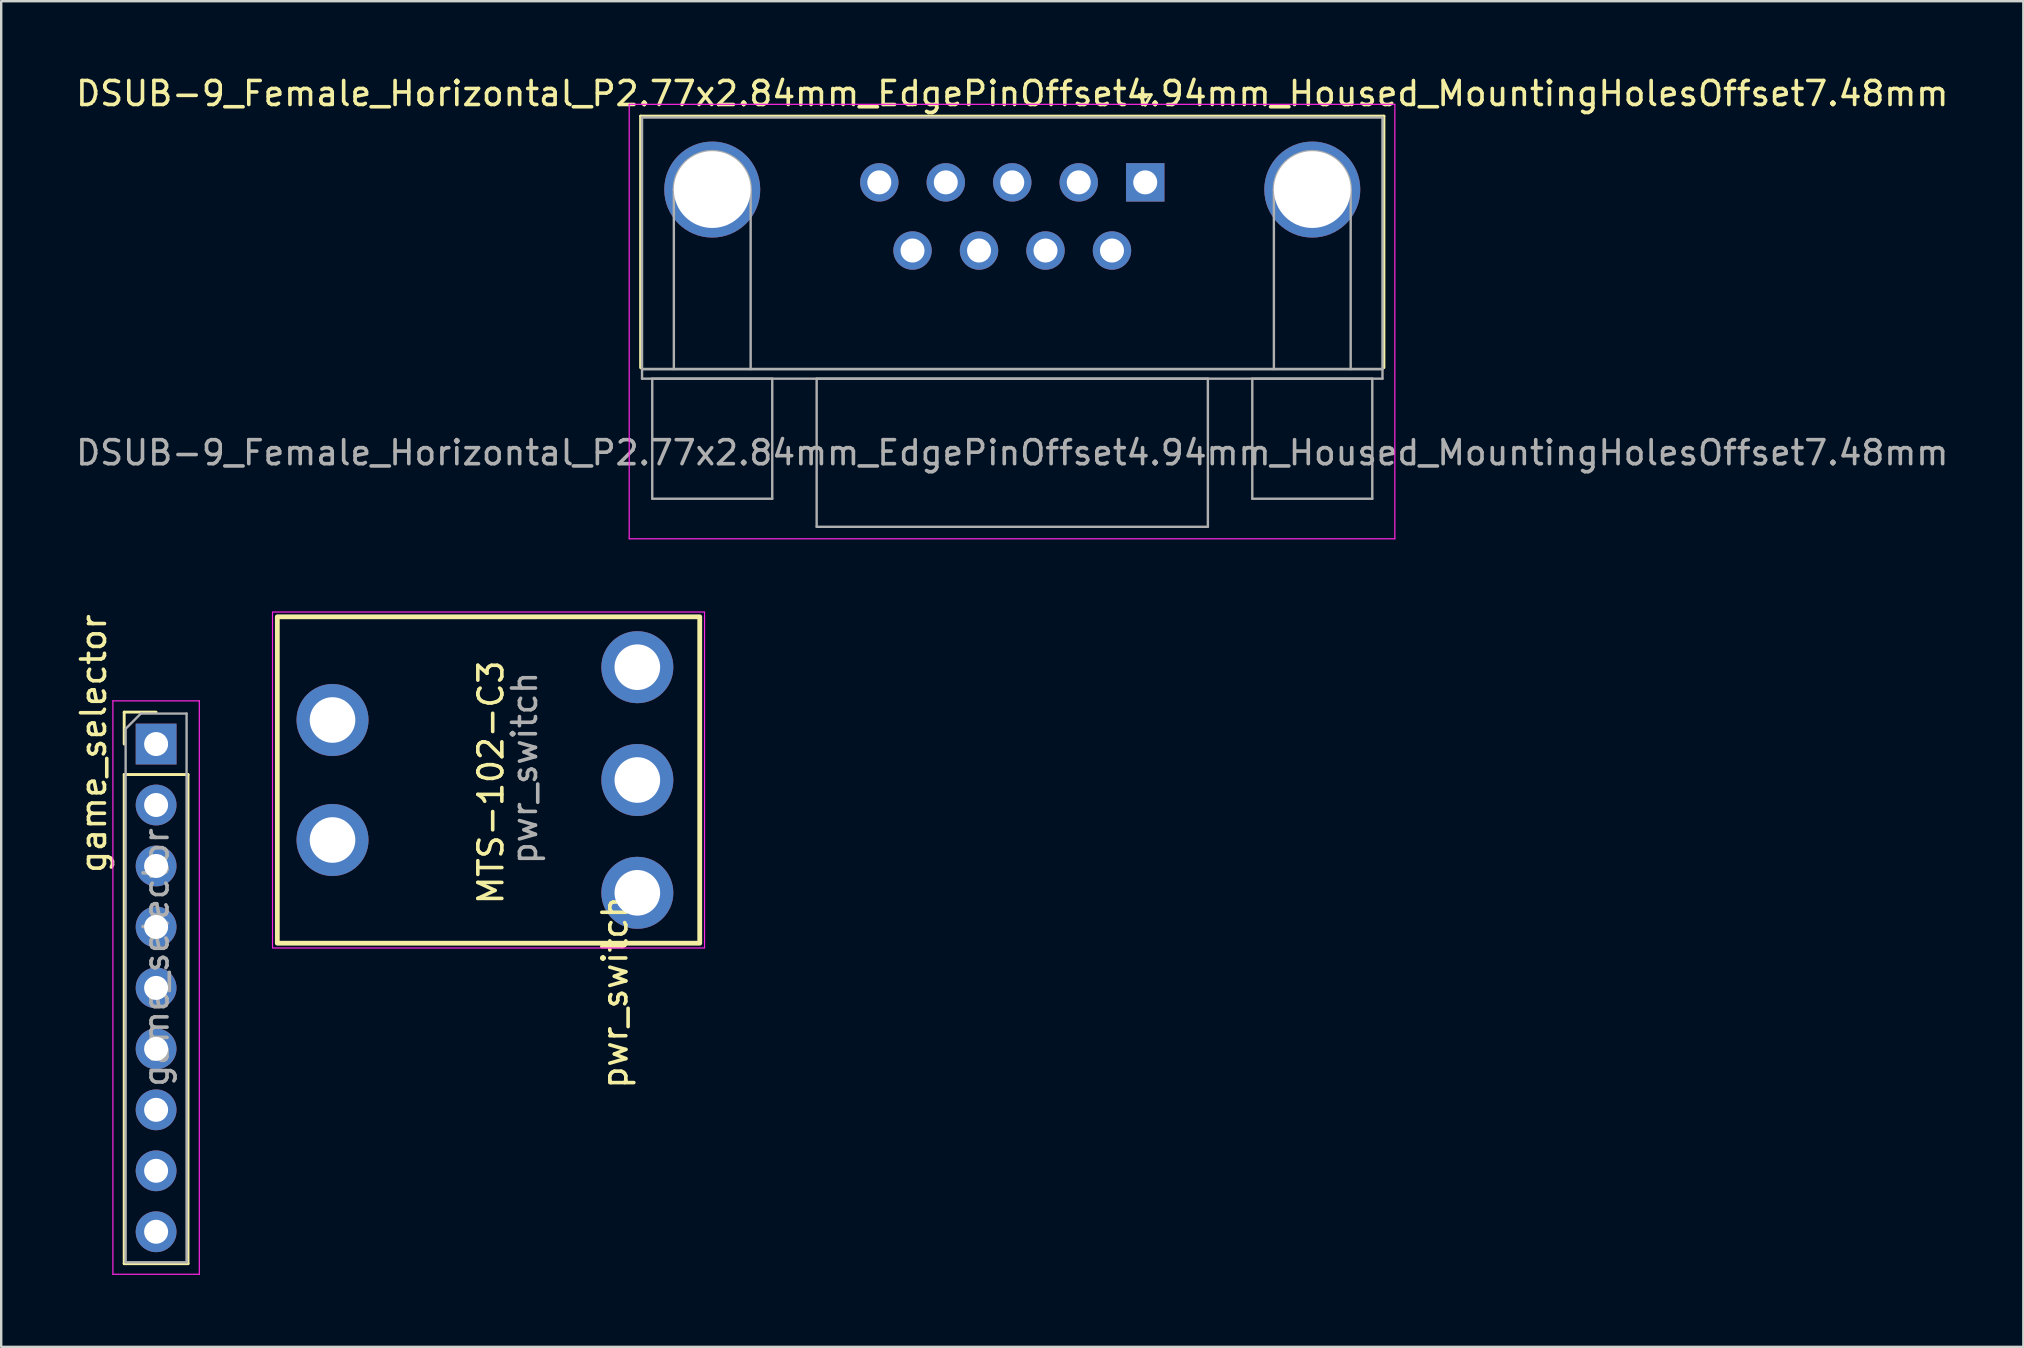
<source format=kicad_pcb>
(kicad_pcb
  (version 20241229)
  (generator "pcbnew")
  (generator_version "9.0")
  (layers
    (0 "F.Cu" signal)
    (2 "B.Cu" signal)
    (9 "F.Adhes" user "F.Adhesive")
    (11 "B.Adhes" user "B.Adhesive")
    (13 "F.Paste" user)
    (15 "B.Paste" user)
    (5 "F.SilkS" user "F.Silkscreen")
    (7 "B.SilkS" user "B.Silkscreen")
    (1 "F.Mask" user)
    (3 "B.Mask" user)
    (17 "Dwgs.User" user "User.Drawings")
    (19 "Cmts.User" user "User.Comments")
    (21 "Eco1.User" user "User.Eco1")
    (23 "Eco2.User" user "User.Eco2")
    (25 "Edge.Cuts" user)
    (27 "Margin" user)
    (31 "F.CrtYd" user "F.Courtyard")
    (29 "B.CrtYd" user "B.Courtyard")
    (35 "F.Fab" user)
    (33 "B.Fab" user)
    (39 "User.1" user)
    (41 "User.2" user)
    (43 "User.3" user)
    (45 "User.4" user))
  (footprint "game_selector"
    (layer "F.Cu")
    (at 3.454 27.95)
    (property "Reference" "game_selector" (at -2.606 -0.02 90) (layer "F.SilkS") (effects (font (size 1 1) (thickness 0.15))))
    (attr through_hole)
    (fp_line (start -1.33 -1.33) (end 0 -1.33) (stroke (width 0.12) (type solid)) (layer "F.SilkS"))
    (fp_line (start -1.33 0) (end -1.33 -1.33) (stroke (width 0.12) (type solid)) (layer "F.SilkS"))
    (fp_line (start -1.33 1.27) (end -1.33 21.65) (stroke (width 0.12) (type solid)) (layer "F.SilkS"))
    (fp_line (start -1.33 1.27) (end 1.33 1.27) (stroke (width 0.12) (type solid)) (layer "F.SilkS"))
    (fp_line (start -1.33 21.65) (end 1.33 21.65) (stroke (width 0.12) (type solid)) (layer "F.SilkS"))
    (fp_line (start 1.33 1.27) (end 1.33 21.65) (stroke (width 0.12) (type solid)) (layer "F.SilkS"))
    (fp_line (start -1.8 -1.8) (end -1.8 22.09) (stroke (width 0.05) (type solid)) (layer "F.CrtYd"))
    (fp_line (start -1.8 22.09) (end 1.8 22.09) (stroke (width 0.05) (type solid)) (layer "F.CrtYd"))
    (fp_line (start 1.8 -1.8) (end -1.8 -1.8) (stroke (width 0.05) (type solid)) (layer "F.CrtYd"))
    (fp_line (start 1.8 22.09) (end 1.8 -1.8) (stroke (width 0.05) (type solid)) (layer "F.CrtYd"))
    (fp_line (start -1.27 -0.635) (end -0.635 -1.27) (stroke (width 0.1) (type solid)) (layer "F.Fab"))
    (fp_line (start -1.27 21.59) (end -1.27 -0.635) (stroke (width 0.1) (type solid)) (layer "F.Fab"))
    (fp_line (start -0.635 -1.27) (end 1.27 -1.27) (stroke (width 0.1) (type solid)) (layer "F.Fab"))
    (fp_line (start 1.27 -1.27) (end 1.27 21.59) (stroke (width 0.1) (type solid)) (layer "F.Fab"))
    (fp_line (start 1.27 21.59) (end -1.27 21.59) (stroke (width 0.1) (type solid)) (layer "F.Fab"))
    (fp_text user "${REFERENCE}" (at 0 8.89 90) (layer "F.Fab") (effects (font (size 1 1) (thickness 0.15))))
    (pad "1" thru_hole rect (at 0 0) (size 1.7 1.7) (drill 1) (layers "*.Cu" "*.Mask"))
    (pad "2" thru_hole oval (at 0 2.54) (size 1.7 1.7) (drill 1) (layers "*.Cu" "*.Mask"))
    (pad "3" thru_hole oval (at 0 5.08) (size 1.7 1.7) (drill 1) (layers "*.Cu" "*.Mask"))
    (pad "4" thru_hole oval (at 0 7.62) (size 1.7 1.7) (drill 1) (layers "*.Cu" "*.Mask"))
    (pad "5" thru_hole oval (at 0 10.16) (size 1.7 1.7) (drill 1) (layers "*.Cu" "*.Mask"))
    (pad "6" thru_hole oval (at 0 12.7) (size 1.7 1.7) (drill 1) (layers "*.Cu" "*.Mask"))
    (pad "7" thru_hole oval (at 0 15.24) (size 1.7 1.7) (drill 1) (layers "*.Cu" "*.Mask"))
    (pad "8" thru_hole oval (at 0 17.78) (size 1.7 1.7) (drill 1) (layers "*.Cu" "*.Mask"))
    (pad "MP" thru_hole oval (at 0 20.32) (size 1.7 1.7) (drill 1) (layers "*.Cu" "*.Mask")))
  (footprint "DSUB-9_Female_Horizontal_P2.77x2.84mm_EdgePinOffset4.94mm_Housed_MountingHolesOffset7.48mm"
    (layer "F.Cu")
    (at 44.665 4.548)
    (property "Reference" "DSUB-9_Female_Horizontal_P2.77x2.84mm_EdgePinOffset4.94mm_Housed_MountingHolesOffset7.48mm" (at -5.54 -3.7 0) (layer "F.SilkS") (effects (font (size 1 1) (thickness 0.15))))
    (attr through_hole)
    (fp_line (start -21.025 -2.76) (end 9.945 -2.76) (stroke (width 0.12) (type solid)) (layer "F.SilkS"))
    (fp_line (start -21.025 7.72) (end -21.025 -2.76) (stroke (width 0.12) (type solid)) (layer "F.SilkS"))
    (fp_line (start -0.25 -3.654) (end 0.25 -3.654) (stroke (width 0.12) (type solid)) (layer "F.SilkS"))
    (fp_line (start 0 -3.221) (end -0.25 -3.654) (stroke (width 0.12) (type solid)) (layer "F.SilkS"))
    (fp_line (start 0.25 -3.654) (end 0 -3.221) (stroke (width 0.12) (type solid)) (layer "F.SilkS"))
    (fp_line (start 9.945 -2.76) (end 9.945 7.72) (stroke (width 0.12) (type solid)) (layer "F.SilkS"))
    (fp_line (start -21.5 -3.25) (end -21.5 14.85) (stroke (width 0.05) (type solid)) (layer "F.CrtYd"))
    (fp_line (start -21.5 14.85) (end 10.4 14.85) (stroke (width 0.05) (type solid)) (layer "F.CrtYd"))
    (fp_line (start 10.4 -3.25) (end -21.5 -3.25) (stroke (width 0.05) (type solid)) (layer "F.CrtYd"))
    (fp_line (start 10.4 14.85) (end 10.4 -3.25) (stroke (width 0.05) (type solid)) (layer "F.CrtYd"))
    (fp_line (start -20.965 -2.7) (end -20.965 7.78) (stroke (width 0.1) (type solid)) (layer "F.Fab"))
    (fp_line (start -20.965 7.78) (end -20.965 8.18) (stroke (width 0.1) (type solid)) (layer "F.Fab"))
    (fp_line (start -20.965 7.78) (end 9.885 7.78) (stroke (width 0.1) (type solid)) (layer "F.Fab"))
    (fp_line (start -20.965 8.18) (end 9.885 8.18) (stroke (width 0.1) (type solid)) (layer "F.Fab"))
    (fp_line (start -20.54 8.18) (end -20.54 13.18) (stroke (width 0.1) (type solid)) (layer "F.Fab"))
    (fp_line (start -20.54 13.18) (end -15.54 13.18) (stroke (width 0.1) (type solid)) (layer "F.Fab"))
    (fp_line (start -19.64 7.78) (end -19.64 0.3) (stroke (width 0.1) (type solid)) (layer "F.Fab"))
    (fp_line (start -16.44 7.78) (end -16.44 0.3) (stroke (width 0.1) (type solid)) (layer "F.Fab"))
    (fp_line (start -15.54 8.18) (end -20.54 8.18) (stroke (width 0.1) (type solid)) (layer "F.Fab"))
    (fp_line (start -15.54 13.18) (end -15.54 8.18) (stroke (width 0.1) (type solid)) (layer "F.Fab"))
    (fp_line (start -13.69 8.18) (end -13.69 14.35) (stroke (width 0.1) (type solid)) (layer "F.Fab"))
    (fp_line (start -13.69 14.35) (end 2.61 14.35) (stroke (width 0.1) (type solid)) (layer "F.Fab"))
    (fp_line (start 2.61 8.18) (end -13.69 8.18) (stroke (width 0.1) (type solid)) (layer "F.Fab"))
    (fp_line (start 2.61 14.35) (end 2.61 8.18) (stroke (width 0.1) (type solid)) (layer "F.Fab"))
    (fp_line (start 4.46 8.18) (end 4.46 13.18) (stroke (width 0.1) (type solid)) (layer "F.Fab"))
    (fp_line (start 4.46 13.18) (end 9.46 13.18) (stroke (width 0.1) (type solid)) (layer "F.Fab"))
    (fp_line (start 5.36 7.78) (end 5.36 0.3) (stroke (width 0.1) (type solid)) (layer "F.Fab"))
    (fp_line (start 8.56 7.78) (end 8.56 0.3) (stroke (width 0.1) (type solid)) (layer "F.Fab"))
    (fp_line (start 9.46 8.18) (end 4.46 8.18) (stroke (width 0.1) (type solid)) (layer "F.Fab"))
    (fp_line (start 9.46 13.18) (end 9.46 8.18) (stroke (width 0.1) (type solid)) (layer "F.Fab"))
    (fp_line (start 9.885 -2.7) (end -20.965 -2.7) (stroke (width 0.1) (type solid)) (layer "F.Fab"))
    (fp_line (start 9.885 7.78) (end -20.965 7.78) (stroke (width 0.1) (type solid)) (layer "F.Fab"))
    (fp_line (start 9.885 7.78) (end 9.885 -2.7) (stroke (width 0.1) (type solid)) (layer "F.Fab"))
    (fp_line (start 9.885 8.18) (end 9.885 7.78) (stroke (width 0.1) (type solid)) (layer "F.Fab"))
    (fp_arc (start -19.64 0.3) (mid -18.04 -1.3) (end -16.44 0.3) (stroke (width 0.1) (type solid)) (layer "F.Fab"))
    (fp_arc (start 5.36 0.3) (mid 6.96 -1.3) (end 8.56 0.3) (stroke (width 0.1) (type solid)) (layer "F.Fab"))
    (fp_text user "${REFERENCE}" (at -5.54 11.265 0) (layer "F.Fab") (effects (font (size 1 1) (thickness 0.15))))
    (pad "0" thru_hole circle (at -18.04 0.3) (size 4 4) (drill 3.2) (layers "*.Cu" "*.Mask"))
    (pad "0" thru_hole circle (at 6.96 0.3) (size 4 4) (drill 3.2) (layers "*.Cu" "*.Mask"))
    (pad "1" thru_hole rect (at 0 0) (size 1.6 1.6) (drill 1) (layers "*.Cu" "*.Mask"))
    (pad "2" thru_hole circle (at -2.77 0) (size 1.6 1.6) (drill 1) (layers "*.Cu" "*.Mask"))
    (pad "3" thru_hole circle (at -5.54 0) (size 1.6 1.6) (drill 1) (layers "*.Cu" "*.Mask"))
    (pad "4" thru_hole circle (at -8.31 0) (size 1.6 1.6) (drill 1) (layers "*.Cu" "*.Mask"))
    (pad "5" thru_hole circle (at -11.08 0) (size 1.6 1.6) (drill 1) (layers "*.Cu" "*.Mask"))
    (pad "6" thru_hole circle (at -1.385 2.84) (size 1.6 1.6) (drill 1) (layers "*.Cu" "*.Mask"))
    (pad "7" thru_hole circle (at -4.155 2.84) (size 1.6 1.6) (drill 1) (layers "*.Cu" "*.Mask"))
    (pad "8" thru_hole circle (at -6.925 2.84) (size 1.6 1.6) (drill 1) (layers "*.Cu" "*.Mask"))
    (pad "9" thru_hole circle (at -9.695 2.84) (size 1.6 1.6) (drill 1) (layers "*.Cu" "*.Mask")))
  (footprint "pwr_switch"
    (layer "F.Cu")
    (at 10.804 26.948)
    (property "Reference" "pwr_switch" (at 11.765 11.345 90) (unlocked yes) (layer "F.SilkS") (effects (font (size 1 1) (thickness 0.15))))
    (attr through_hole)
    (fp_rect (start -2.3 -4.3) (end 15.3 9.3) (stroke (width 0.2) (type solid)) (fill no) (layer "F.SilkS"))
    (fp_rect (start -2.5 -4.5) (end 15.5 9.5) (stroke (width 0.05) (type solid)) (fill no) (layer "F.CrtYd"))
    (fp_text user "MTS-102-C3" (at 6.6 2.6 90) (unlocked yes) (layer "F.SilkS") (effects (font (size 1 1) (thickness 0.15))))
    (fp_text user "${REFERENCE}" (at 8 2 90) (unlocked yes) (layer "F.Fab") (effects (font (size 1 1) (thickness 0.15))))
    (pad "" thru_hole circle (at 0 0) (size 3 3) (drill 1.9) (layers "*.Cu" "*.Mask"))
    (pad "" thru_hole circle (at 0 5) (size 3 3) (drill 1.9) (layers "*.Cu" "*.Mask"))
    (pad "1" thru_hole circle (at 12.7 -2.2) (size 3 3) (drill 1.9) (layers "*.Cu" "*.Mask"))
    (pad "2" thru_hole circle (at 12.7 2.5) (size 3 3) (drill 1.9) (layers "*.Cu" "*.Mask"))
    (pad "3" thru_hole circle (at 12.7 7.2) (size 3 3) (drill 1.9) (layers "*.Cu" "*.Mask")))
  (gr_rect
    (start -3 -3)
    (end 81.25 53.065)
    (stroke (width 0.1) (type default))
    (fill no)
    (layer "Edge.Cuts")))
</source>
